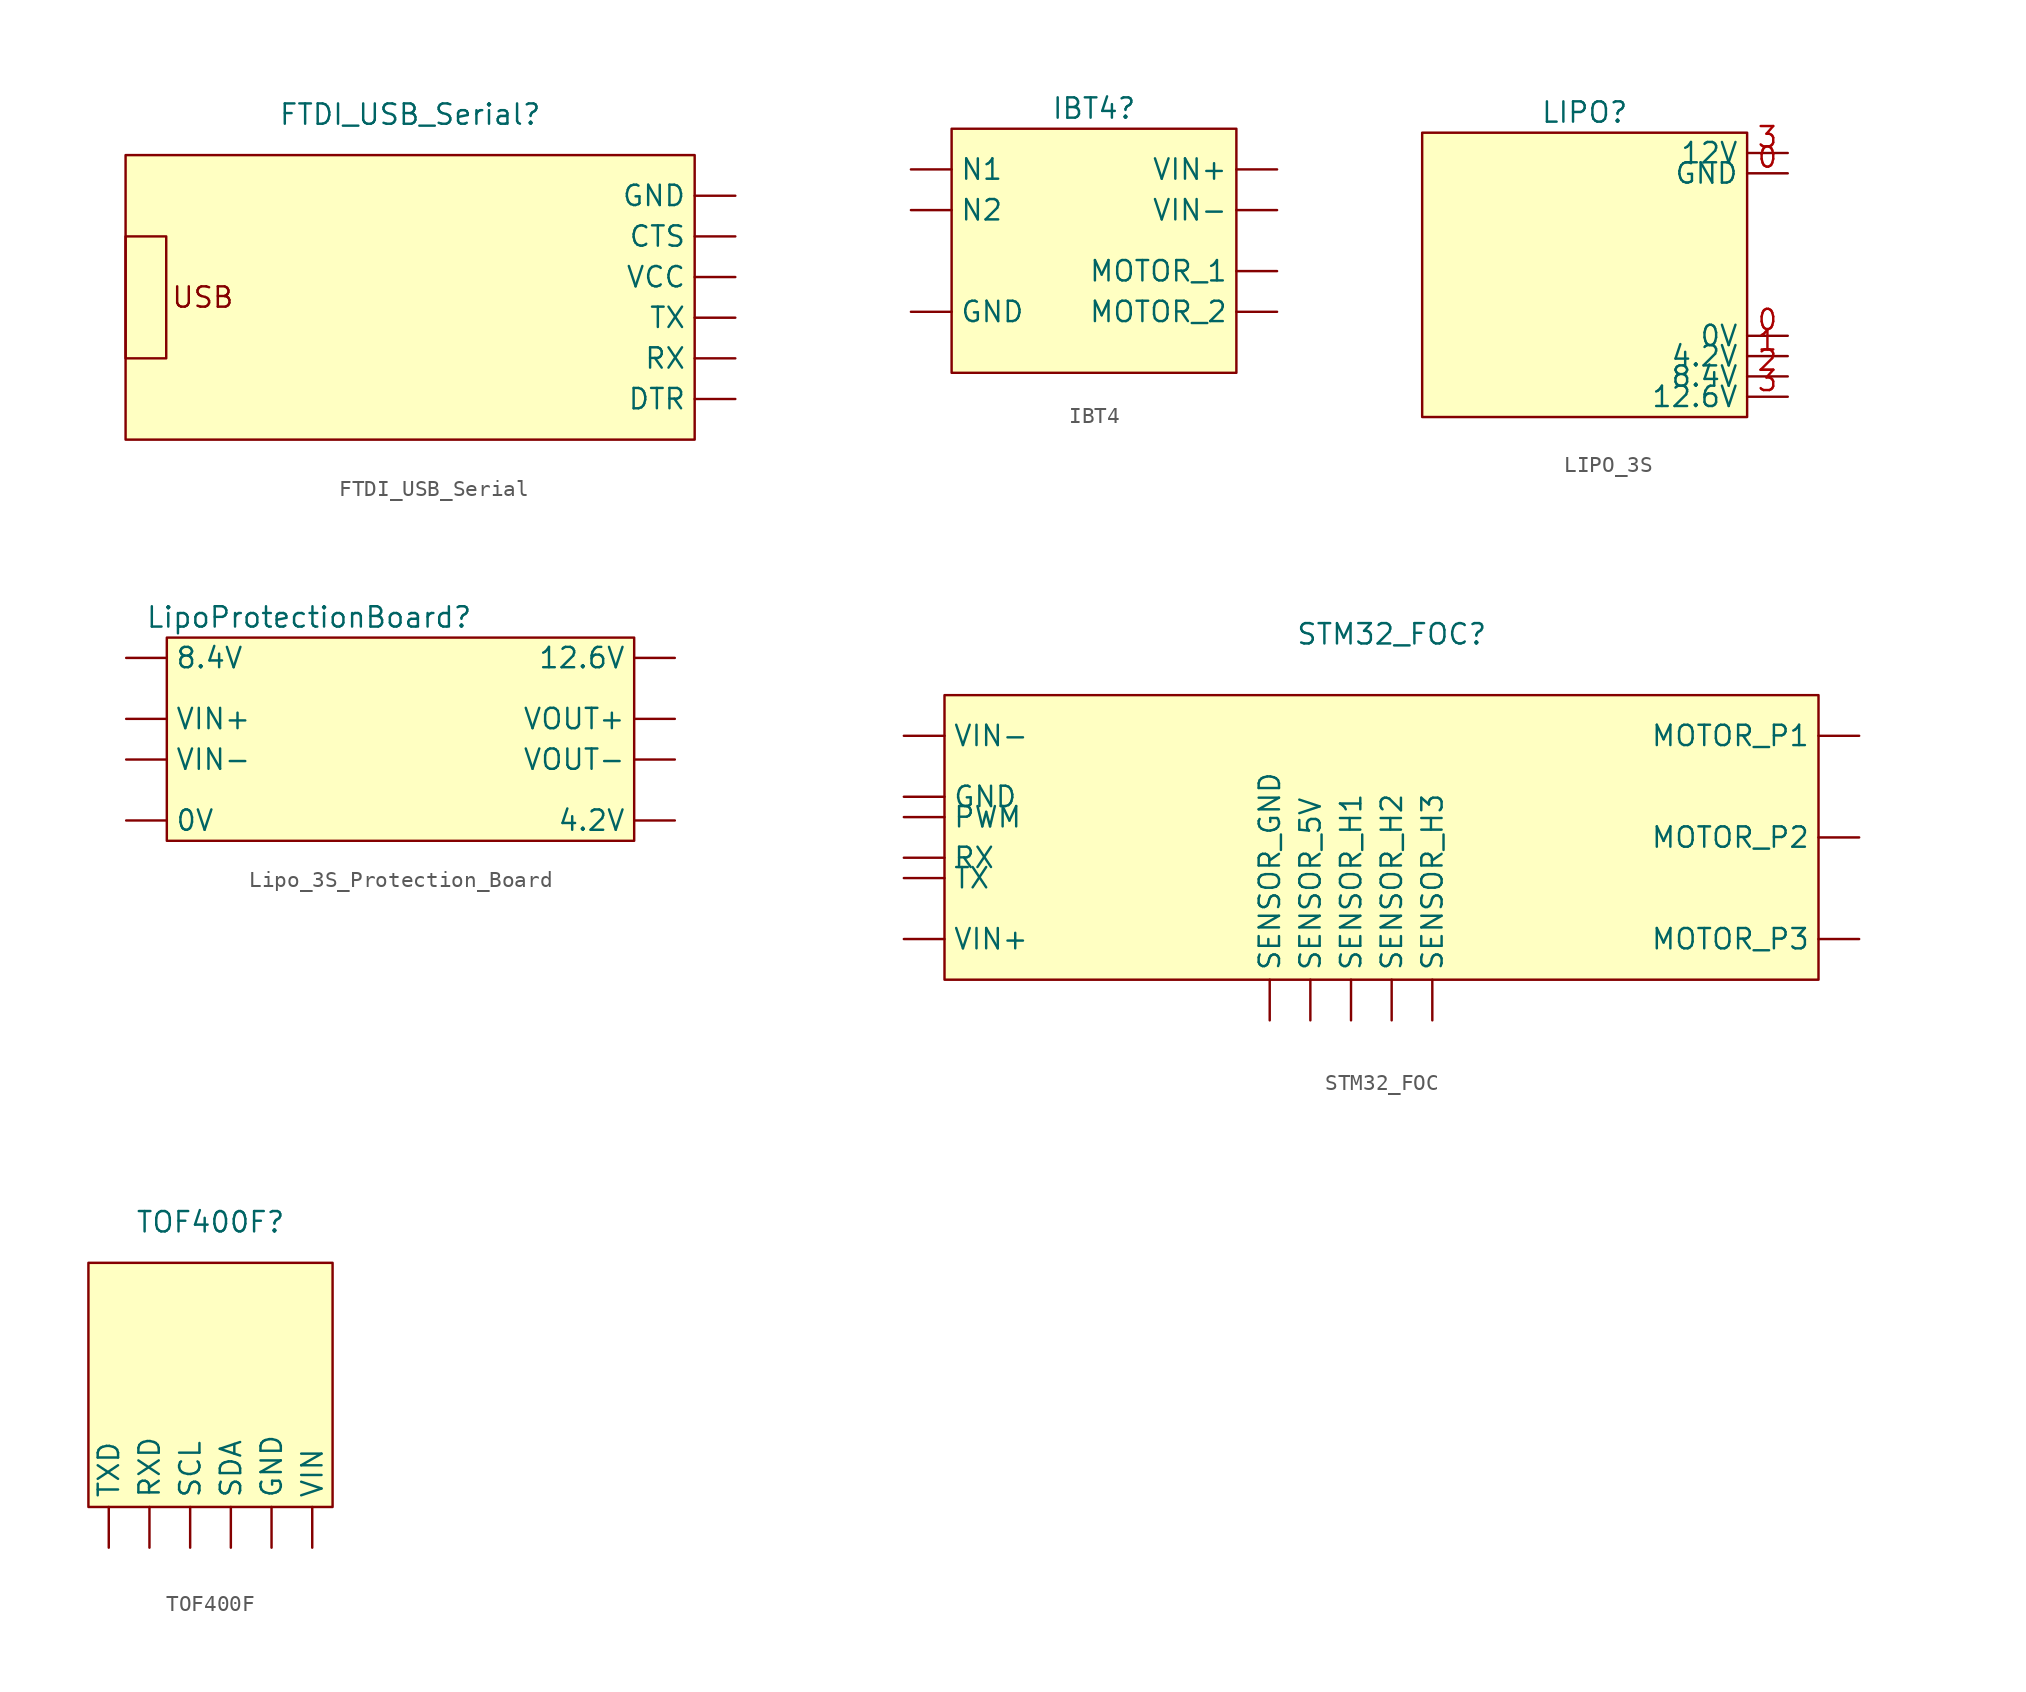
<source format=kicad_sym>
(kicad_symbol_lib
  (version 20231120)
  (generator "kicad_symbol_editor")
  (generator_version "8.0")
  (symbol "FTDI_USB_Serial"
    (property "Reference" "FTDI_USB_Serial"
      (at 0 0 0)
      (effects (font (size 1.27 1.27))))
    (property "Value" ""
      (at 0 0 0)
      (effects (font (size 1.27 1.27))))
    (symbol "FTDI_USB_Serial_0_1"
      (rectangle (start -17.78 -7.62) (end -15.24 -15.24) (stroke (width 0) (type default)) (fill (type none)))
      (rectangle (start -17.78 -2.54) (end 17.78 -20.32) (stroke (width 0) (type default)) (fill (type background))))
    (symbol "FTDI_USB_Serial_1_1"
      (text "USB" (at -12.954 -11.43 0) (effects (font (size 1.27 1.27))))
      (pin input line (at 20.32 -7.62 180) (length 2.54) (name "CTS" (effects (font (size 1.27 1.27)))) (number "" (effects (font (size 1.27 1.27)))))
      (pin input line (at 20.32 -17.78 180) (length 2.54) (name "DTR" (effects (font (size 1.27 1.27)))) (number "" (effects (font (size 1.27 1.27)))))
      (pin input line (at 20.32 -5.08 180) (length 2.54) (name "GND" (effects (font (size 1.27 1.27)))) (number "" (effects (font (size 1.27 1.27)))))
      (pin input line (at 20.32 -15.24 180) (length 2.54) (name "RX" (effects (font (size 1.27 1.27)))) (number "" (effects (font (size 1.27 1.27)))))
      (pin input line (at 20.32 -12.7 180) (length 2.54) (name "TX" (effects (font (size 1.27 1.27)))) (number "" (effects (font (size 1.27 1.27)))))
      (pin input line (at 20.32 -10.16 180) (length 2.54) (name "VCC" (effects (font (size 1.27 1.27)))) (number "" (effects (font (size 1.27 1.27)))))))
  (symbol "IBT4"
    (property "Reference" "IBT4"
      (at 0 0 0)
      (effects (font (size 1.27 1.27))))
    (property "Value" ""
      (at 0 0 0)
      (effects (font (size 1.27 1.27))))
    (symbol "IBT4_0_1"
      (rectangle (start -8.89 -1.27) (end 8.89 -16.51) (stroke (width 0) (type default)) (fill (type background))))
    (symbol "IBT4_1_1"
      (pin input line (at -11.43 -12.7 0) (length 2.54) (name "GND" (effects (font (size 1.27 1.27)))) (number "" (effects (font (size 1.27 1.27)))))
      (pin input line (at 11.43 -10.16 180) (length 2.54) (name "MOTOR_1" (effects (font (size 1.27 1.27)))) (number "" (effects (font (size 1.27 1.27)))))
      (pin input line (at 11.43 -12.7 180) (length 2.54) (name "MOTOR_2" (effects (font (size 1.27 1.27)))) (number "" (effects (font (size 1.27 1.27)))))
      (pin input line (at -11.43 -3.81 0) (length 2.54) (name "N1" (effects (font (size 1.27 1.27)))) (number "" (effects (font (size 1.27 1.27)))))
      (pin input line (at -11.43 -6.35 0) (length 2.54) (name "N2" (effects (font (size 1.27 1.27)))) (number "" (effects (font (size 1.27 1.27)))))
      (pin input line (at 11.43 -3.81 180) (length 2.54) (name "VIN+" (effects (font (size 1.27 1.27)))) (number "" (effects (font (size 1.27 1.27)))))
      (pin input line (at 11.43 -6.35 180) (length 2.54) (name "VIN-" (effects (font (size 1.27 1.27)))) (number "" (effects (font (size 1.27 1.27)))))))
  (symbol "LIPO_3S"
    (property "Reference" "LIPO"
      (at 0 0 0)
      (effects (font (size 1.27 1.27))))
    (property "Value" ""
      (at 0 0 0)
      (effects (font (size 1.27 1.27))))
    (symbol "LIPO_3S_0_1"
      (rectangle (start -10.16 -1.27) (end 10.16 -19.05) (stroke (width 0) (type default)) (fill (type background))))
    (symbol "LIPO_3S_1_1"
      (pin input line (at 12.7 -13.97 180) (length 2.54) (name "0V" (effects (font (size 1.27 1.27)))) (number "0" (effects (font (size 1.27 1.27)))))
      (pin bidirectional line (at 12.7 -3.81 180) (length 2.54) (name "GND" (effects (font (size 1.27 1.27)))) (number "0" (effects (font (size 1.27 1.27)))))
      (pin input line (at 12.7 -15.24 180) (length 2.54) (name "4.2V" (effects (font (size 1.27 1.27)))) (number "1" (effects (font (size 1.27 1.27)))))
      (pin input line (at 12.7 -16.51 180) (length 2.54) (name "8.4V" (effects (font (size 1.27 1.27)))) (number "2" (effects (font (size 1.27 1.27)))))
      (pin input line (at 12.7 -17.78 180) (length 2.54) (name "12.6V" (effects (font (size 1.27 1.27)))) (number "3" (effects (font (size 1.27 1.27)))))
      (pin bidirectional line (at 12.7 -2.54 180) (length 2.54) (name "12V" (effects (font (size 1.27 1.27)))) (number "3" (effects (font (size 1.27 1.27)))))))
  (symbol "Lipo_3S_Protection_Board"
    (property "Reference" "LipoProtectionBoard"
      (at 0 7.62 0)
      (effects (font (size 1.27 1.27))))
    (property "Value" ""
      (at 0 0 0)
      (effects (font (size 1.27 1.27))))
    (symbol "Lipo_3S_Protection_Board_0_1"
      (rectangle (start -8.89 6.35) (end 20.32 -6.35) (stroke (width 0) (type default)) (fill (type background))))
    (symbol "Lipo_3S_Protection_Board_1_1"
      (pin bidirectional line (at -11.43 -5.08 0) (length 2.54) (name "0V" (effects (font (size 1.27 1.27)))) (number "" (effects (font (size 1.27 1.27)))))
      (pin bidirectional line (at 22.86 5.08 180) (length 2.54) (name "12.6V" (effects (font (size 1.27 1.27)))) (number "" (effects (font (size 1.27 1.27)))))
      (pin bidirectional line (at 22.86 -5.08 180) (length 2.54) (name "4.2V" (effects (font (size 1.27 1.27)))) (number "" (effects (font (size 1.27 1.27)))))
      (pin bidirectional line (at -11.43 5.08 0) (length 2.54) (name "8.4V" (effects (font (size 1.27 1.27)))) (number "" (effects (font (size 1.27 1.27)))))
      (pin input line (at -11.43 1.27 0) (length 2.54) (name "VIN+" (effects (font (size 1.27 1.27)))) (number "" (effects (font (size 1.27 1.27)))))
      (pin input line (at -11.43 -1.27 0) (length 2.54) (name "VIN-" (effects (font (size 1.27 1.27)))) (number "" (effects (font (size 1.27 1.27)))))
      (pin output line (at 22.86 1.27 180) (length 2.54) (name "VOUT+" (effects (font (size 1.27 1.27)))) (number "" (effects (font (size 1.27 1.27)))))
      (pin output line (at 22.86 -1.27 180) (length 2.54) (name "VOUT-" (effects (font (size 1.27 1.27)))) (number "" (effects (font (size 1.27 1.27)))))))
  (symbol "STM32_FOC"
    (property "Reference" "STM32_FOC"
      (at 0 0 0)
      (effects (font (size 1.27 1.27))))
    (property "Value" ""
      (at 0 0 0)
      (effects (font (size 1.27 1.27))))
    (symbol "STM32_FOC_0_1"
      (rectangle (start -27.94 -3.81) (end 26.67 -21.59) (stroke (width 0) (type default)) (fill (type background))))
    (symbol "STM32_FOC_1_1"
      (pin input line (at -30.48 -10.16 0) (length 2.54) (name "GND" (effects (font (size 1.27 1.27)))) (number "" (effects (font (size 1.27 1.27)))))
      (pin input line (at 29.21 -6.35 180) (length 2.54) (name "MOTOR_P1" (effects (font (size 1.27 1.27)))) (number "" (effects (font (size 1.27 1.27)))))
      (pin input line (at 29.21 -12.7 180) (length 2.54) (name "MOTOR_P2" (effects (font (size 1.27 1.27)))) (number "" (effects (font (size 1.27 1.27)))))
      (pin input line (at 29.21 -19.05 180) (length 2.54) (name "MOTOR_P3" (effects (font (size 1.27 1.27)))) (number "" (effects (font (size 1.27 1.27)))))
      (pin input line (at -30.48 -11.43 0) (length 2.54) (name "PWM" (effects (font (size 1.27 1.27)))) (number "" (effects (font (size 1.27 1.27)))))
      (pin input line (at -30.48 -13.97 0) (length 2.54) (name "RX" (effects (font (size 1.27 1.27)))) (number "" (effects (font (size 1.27 1.27)))))
      (pin bidirectional line (at -5.08 -24.13 90) (length 2.54) (name "SENSOR_5V" (effects (font (size 1.27 1.27)))) (number "" (effects (font (size 1.27 1.27)))))
      (pin bidirectional line (at -7.62 -24.13 90) (length 2.54) (name "SENSOR_GND" (effects (font (size 1.27 1.27)))) (number "" (effects (font (size 1.27 1.27)))))
      (pin bidirectional line (at -2.54 -24.13 90) (length 2.54) (name "SENSOR_H1" (effects (font (size 1.27 1.27)))) (number "" (effects (font (size 1.27 1.27)))))
      (pin bidirectional line (at 0 -24.13 90) (length 2.54) (name "SENSOR_H2" (effects (font (size 1.27 1.27)))) (number "" (effects (font (size 1.27 1.27)))))
      (pin bidirectional line (at 2.54 -24.13 90) (length 2.54) (name "SENSOR_H3" (effects (font (size 1.27 1.27)))) (number "" (effects (font (size 1.27 1.27)))))
      (pin input line (at -30.48 -15.24 0) (length 2.54) (name "TX" (effects (font (size 1.27 1.27)))) (number "" (effects (font (size 1.27 1.27)))))
      (pin input line (at -30.48 -19.05 0) (length 2.54) (name "VIN+" (effects (font (size 1.27 1.27)))) (number "" (effects (font (size 1.27 1.27)))))
      (pin input line (at -30.48 -6.35 0) (length 2.54) (name "VIN-" (effects (font (size 1.27 1.27)))) (number "" (effects (font (size 1.27 1.27)))))))
  (symbol "TOF400F"
    (property "Reference" "TOF400F"
      (at 0 0 0)
      (effects (font (size 1.27 1.27))))
    (property "Value" ""
      (at 0 0 0)
      (effects (font (size 1.27 1.27))))
    (symbol "TOF400F_0_1"
      (rectangle (start -7.62 -2.54) (end 7.62 -17.78) (stroke (width 0) (type default)) (fill (type background))))
    (symbol "TOF400F_1_1"
      (pin input line (at 3.81 -20.32 90) (length 2.54) (name "GND" (effects (font (size 1.27 1.27)))) (number "" (effects (font (size 1.27 1.27)))))
      (pin input line (at -3.81 -20.32 90) (length 2.54) (name "RXD" (effects (font (size 1.27 1.27)))) (number "" (effects (font (size 1.27 1.27)))))
      (pin input line (at -1.27 -20.32 90) (length 2.54) (name "SCL" (effects (font (size 1.27 1.27)))) (number "" (effects (font (size 1.27 1.27)))))
      (pin input line (at 1.27 -20.32 90) (length 2.54) (name "SDA" (effects (font (size 1.27 1.27)))) (number "" (effects (font (size 1.27 1.27)))))
      (pin input line (at -6.35 -20.32 90) (length 2.54) (name "TXD" (effects (font (size 1.27 1.27)))) (number "" (effects (font (size 1.27 1.27)))))
      (pin input line (at 6.35 -20.32 90) (length 2.54) (name "VIN" (effects (font (size 1.27 1.27)))) (number "" (effects (font (size 1.27 1.27))))))))
</source>
